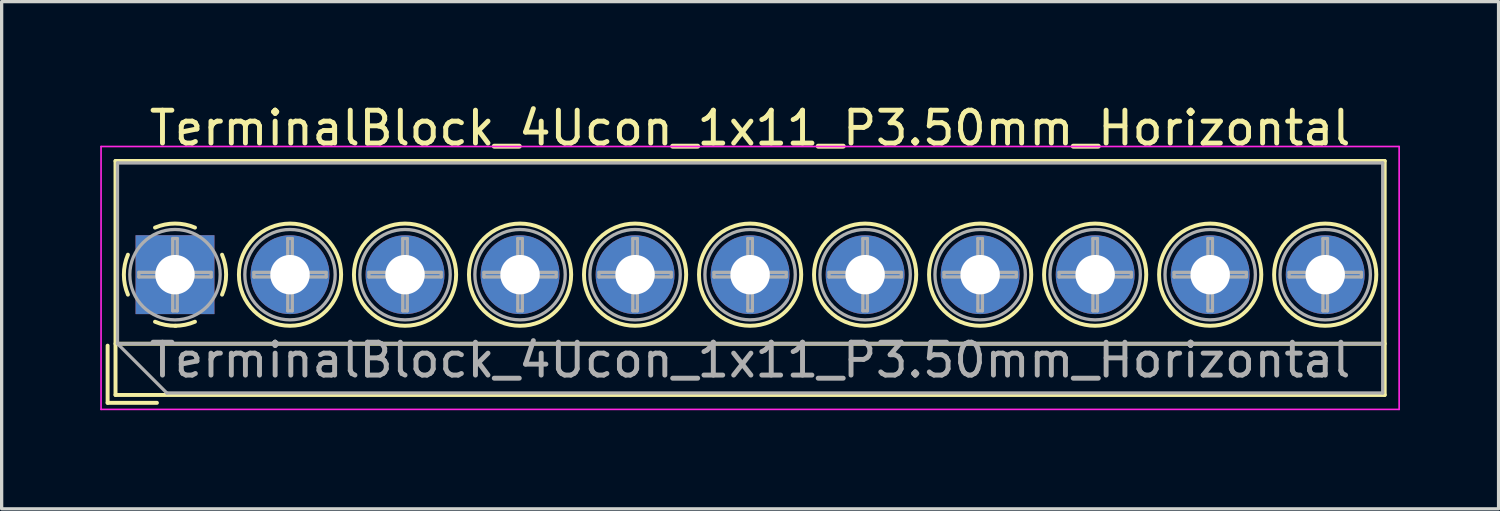
<source format=kicad_pcb>
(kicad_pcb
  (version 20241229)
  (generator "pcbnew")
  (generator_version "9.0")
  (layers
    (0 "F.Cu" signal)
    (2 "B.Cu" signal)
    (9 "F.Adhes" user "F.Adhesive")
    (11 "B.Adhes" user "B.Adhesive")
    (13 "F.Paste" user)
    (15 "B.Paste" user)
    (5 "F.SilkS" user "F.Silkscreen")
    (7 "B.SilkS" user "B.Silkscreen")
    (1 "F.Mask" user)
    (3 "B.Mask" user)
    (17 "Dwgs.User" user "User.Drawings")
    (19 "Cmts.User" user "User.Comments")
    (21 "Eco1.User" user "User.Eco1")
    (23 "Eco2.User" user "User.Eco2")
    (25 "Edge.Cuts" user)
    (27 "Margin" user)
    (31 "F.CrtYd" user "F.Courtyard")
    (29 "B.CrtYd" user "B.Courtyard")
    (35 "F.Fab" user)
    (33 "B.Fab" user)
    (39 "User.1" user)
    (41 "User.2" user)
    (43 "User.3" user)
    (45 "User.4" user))
  (footprint "TerminalBlock_4Ucon_1x11_P3.50mm_Horizontal"
    (layer "F.Cu")
    (at 2.275 5.308)
    (property "Reference" "TerminalBlock_4Ucon_1x11_P3.50mm_Horizontal" (at 17.5 -4.46 0) (layer "F.SilkS") (effects (font (size 1 1) (thickness 0.15))))
    (attr through_hole)
    (fp_line (start -2.05 2.16) (end -2.05 3.9) (stroke (width 0.12) (type solid)) (layer "F.SilkS"))
    (fp_line (start -2.05 3.9) (end -0.55 3.9) (stroke (width 0.12) (type solid)) (layer "F.SilkS"))
    (fp_line (start -1.81 -3.46) (end -1.81 3.66) (stroke (width 0.12) (type solid)) (layer "F.SilkS"))
    (fp_line (start -1.81 2.1) (end 36.81 2.1) (stroke (width 0.12) (type solid)) (layer "F.SilkS"))
    (fp_line (start -1.81 3.66) (end 36.81 3.66) (stroke (width 0.12) (type solid)) (layer "F.SilkS"))
    (fp_line (start 36.81 -3.46) (end -1.81 -3.46) (stroke (width 0.12) (type solid)) (layer "F.SilkS"))
    (fp_line (start 36.81 3.66) (end 36.81 -3.46) (stroke (width 0.12) (type solid)) (layer "F.SilkS"))
    (fp_arc (start -1.432109 0.607742) (mid -1.555727 -0.00014) (end -1.432 -0.608) (stroke (width 0.12) (type solid)) (layer "F.SilkS"))
    (fp_arc (start -0.607742 -1.432109) (mid 0.00014 -1.555727) (end 0.608 -1.432) (stroke (width 0.12) (type solid)) (layer "F.SilkS"))
    (fp_arc (start 0.027011 1.555493) (mid -0.296984 1.527118) (end -0.608 1.432) (stroke (width 0.12) (type solid)) (layer "F.SilkS"))
    (fp_arc (start 0.607587 1.431385) (mid 0.310017 1.523783) (end 0 1.555) (stroke (width 0.12) (type solid)) (layer "F.SilkS"))
    (fp_arc (start 1.432109 -0.607742) (mid 1.555727 0.00014) (end 1.432 0.608) (stroke (width 0.12) (type solid)) (layer "F.SilkS"))
    (fp_circle (center 3.5 0) (end 5.055 0) (stroke (width 0.12) (type solid)) (fill no) (layer "F.SilkS"))
    (fp_circle (center 7 0) (end 8.555 0) (stroke (width 0.12) (type solid)) (fill no) (layer "F.SilkS"))
    (fp_circle (center 10.5 0) (end 12.055 0) (stroke (width 0.12) (type solid)) (fill no) (layer "F.SilkS"))
    (fp_circle (center 14 0) (end 15.555 0) (stroke (width 0.12) (type solid)) (fill no) (layer "F.SilkS"))
    (fp_circle (center 17.5 0) (end 19.055 0) (stroke (width 0.12) (type solid)) (fill no) (layer "F.SilkS"))
    (fp_circle (center 21 0) (end 22.555 0) (stroke (width 0.12) (type solid)) (fill no) (layer "F.SilkS"))
    (fp_circle (center 24.5 0) (end 26.055 0) (stroke (width 0.12) (type solid)) (fill no) (layer "F.SilkS"))
    (fp_circle (center 28 0) (end 29.555 0) (stroke (width 0.12) (type solid)) (fill no) (layer "F.SilkS"))
    (fp_circle (center 31.5 0) (end 33.055 0) (stroke (width 0.12) (type solid)) (fill no) (layer "F.SilkS"))
    (fp_circle (center 35 0) (end 36.555 0) (stroke (width 0.12) (type solid)) (fill no) (layer "F.SilkS"))
    (fp_line (start -2.25 -3.9) (end -2.25 4.1) (stroke (width 0.05) (type solid)) (layer "F.CrtYd"))
    (fp_line (start -2.25 4.1) (end 37.25 4.1) (stroke (width 0.05) (type solid)) (layer "F.CrtYd"))
    (fp_line (start 37.25 -3.9) (end -2.25 -3.9) (stroke (width 0.05) (type solid)) (layer "F.CrtYd"))
    (fp_line (start 37.25 4.1) (end 37.25 -3.9) (stroke (width 0.05) (type solid)) (layer "F.CrtYd"))
    (fp_line (start -1.75 -3.4) (end 36.75 -3.4) (stroke (width 0.1) (type solid)) (layer "F.Fab"))
    (fp_line (start -1.75 2.1) (end -1.75 -3.4) (stroke (width 0.1) (type solid)) (layer "F.Fab"))
    (fp_line (start -1.75 2.1) (end 36.75 2.1) (stroke (width 0.1) (type solid)) (layer "F.Fab"))
    (fp_line (start -1.1 -0.069) (end -0.069 -0.069) (stroke (width 0.1) (type solid)) (layer "F.Fab"))
    (fp_line (start -1.1 0.069) (end -1.1 -0.069) (stroke (width 0.1) (type solid)) (layer "F.Fab"))
    (fp_line (start -0.25 3.6) (end -1.75 2.1) (stroke (width 0.1) (type solid)) (layer "F.Fab"))
    (fp_line (start -0.069 -1.1) (end 0.069 -1.1) (stroke (width 0.1) (type solid)) (layer "F.Fab"))
    (fp_line (start -0.069 -0.069) (end -0.069 -1.1) (stroke (width 0.1) (type solid)) (layer "F.Fab"))
    (fp_line (start -0.069 0.069) (end -1.1 0.069) (stroke (width 0.1) (type solid)) (layer "F.Fab"))
    (fp_line (start -0.069 1.1) (end -0.069 0.069) (stroke (width 0.1) (type solid)) (layer "F.Fab"))
    (fp_line (start 0.069 -1.1) (end 0.069 -0.069) (stroke (width 0.1) (type solid)) (layer "F.Fab"))
    (fp_line (start 0.069 -0.069) (end 1.1 -0.069) (stroke (width 0.1) (type solid)) (layer "F.Fab"))
    (fp_line (start 0.069 0.069) (end 0.069 1.1) (stroke (width 0.1) (type solid)) (layer "F.Fab"))
    (fp_line (start 0.069 1.1) (end -0.069 1.1) (stroke (width 0.1) (type solid)) (layer "F.Fab"))
    (fp_line (start 1.1 -0.069) (end 1.1 0.069) (stroke (width 0.1) (type solid)) (layer "F.Fab"))
    (fp_line (start 1.1 0.069) (end 0.069 0.069) (stroke (width 0.1) (type solid)) (layer "F.Fab"))
    (fp_line (start 2.4 -0.069) (end 3.431 -0.069) (stroke (width 0.1) (type solid)) (layer "F.Fab"))
    (fp_line (start 2.4 0.069) (end 2.4 -0.069) (stroke (width 0.1) (type solid)) (layer "F.Fab"))
    (fp_line (start 3.431 -1.1) (end 3.569 -1.1) (stroke (width 0.1) (type solid)) (layer "F.Fab"))
    (fp_line (start 3.431 -0.069) (end 3.431 -1.1) (stroke (width 0.1) (type solid)) (layer "F.Fab"))
    (fp_line (start 3.431 0.069) (end 2.4 0.069) (stroke (width 0.1) (type solid)) (layer "F.Fab"))
    (fp_line (start 3.431 1.1) (end 3.431 0.069) (stroke (width 0.1) (type solid)) (layer "F.Fab"))
    (fp_line (start 3.569 -1.1) (end 3.569 -0.069) (stroke (width 0.1) (type solid)) (layer "F.Fab"))
    (fp_line (start 3.569 -0.069) (end 4.6 -0.069) (stroke (width 0.1) (type solid)) (layer "F.Fab"))
    (fp_line (start 3.569 0.069) (end 3.569 1.1) (stroke (width 0.1) (type solid)) (layer "F.Fab"))
    (fp_line (start 3.569 1.1) (end 3.431 1.1) (stroke (width 0.1) (type solid)) (layer "F.Fab"))
    (fp_line (start 4.6 -0.069) (end 4.6 0.069) (stroke (width 0.1) (type solid)) (layer "F.Fab"))
    (fp_line (start 4.6 0.069) (end 3.569 0.069) (stroke (width 0.1) (type solid)) (layer "F.Fab"))
    (fp_line (start 5.9 -0.069) (end 6.931 -0.069) (stroke (width 0.1) (type solid)) (layer "F.Fab"))
    (fp_line (start 5.9 0.069) (end 5.9 -0.069) (stroke (width 0.1) (type solid)) (layer "F.Fab"))
    (fp_line (start 6.931 -1.1) (end 7.069 -1.1) (stroke (width 0.1) (type solid)) (layer "F.Fab"))
    (fp_line (start 6.931 -0.069) (end 6.931 -1.1) (stroke (width 0.1) (type solid)) (layer "F.Fab"))
    (fp_line (start 6.931 0.069) (end 5.9 0.069) (stroke (width 0.1) (type solid)) (layer "F.Fab"))
    (fp_line (start 6.931 1.1) (end 6.931 0.069) (stroke (width 0.1) (type solid)) (layer "F.Fab"))
    (fp_line (start 7.069 -1.1) (end 7.069 -0.069) (stroke (width 0.1) (type solid)) (layer "F.Fab"))
    (fp_line (start 7.069 -0.069) (end 8.1 -0.069) (stroke (width 0.1) (type solid)) (layer "F.Fab"))
    (fp_line (start 7.069 0.069) (end 7.069 1.1) (stroke (width 0.1) (type solid)) (layer "F.Fab"))
    (fp_line (start 7.069 1.1) (end 6.931 1.1) (stroke (width 0.1) (type solid)) (layer "F.Fab"))
    (fp_line (start 8.1 -0.069) (end 8.1 0.069) (stroke (width 0.1) (type solid)) (layer "F.Fab"))
    (fp_line (start 8.1 0.069) (end 7.069 0.069) (stroke (width 0.1) (type solid)) (layer "F.Fab"))
    (fp_line (start 9.4 -0.069) (end 10.431 -0.069) (stroke (width 0.1) (type solid)) (layer "F.Fab"))
    (fp_line (start 9.4 0.069) (end 9.4 -0.069) (stroke (width 0.1) (type solid)) (layer "F.Fab"))
    (fp_line (start 10.431 -1.1) (end 10.569 -1.1) (stroke (width 0.1) (type solid)) (layer "F.Fab"))
    (fp_line (start 10.431 -0.069) (end 10.431 -1.1) (stroke (width 0.1) (type solid)) (layer "F.Fab"))
    (fp_line (start 10.431 0.069) (end 9.4 0.069) (stroke (width 0.1) (type solid)) (layer "F.Fab"))
    (fp_line (start 10.431 1.1) (end 10.431 0.069) (stroke (width 0.1) (type solid)) (layer "F.Fab"))
    (fp_line (start 10.569 -1.1) (end 10.569 -0.069) (stroke (width 0.1) (type solid)) (layer "F.Fab"))
    (fp_line (start 10.569 -0.069) (end 11.6 -0.069) (stroke (width 0.1) (type solid)) (layer "F.Fab"))
    (fp_line (start 10.569 0.069) (end 10.569 1.1) (stroke (width 0.1) (type solid)) (layer "F.Fab"))
    (fp_line (start 10.569 1.1) (end 10.431 1.1) (stroke (width 0.1) (type solid)) (layer "F.Fab"))
    (fp_line (start 11.6 -0.069) (end 11.6 0.069) (stroke (width 0.1) (type solid)) (layer "F.Fab"))
    (fp_line (start 11.6 0.069) (end 10.569 0.069) (stroke (width 0.1) (type solid)) (layer "F.Fab"))
    (fp_line (start 12.9 -0.069) (end 13.931 -0.069) (stroke (width 0.1) (type solid)) (layer "F.Fab"))
    (fp_line (start 12.9 0.069) (end 12.9 -0.069) (stroke (width 0.1) (type solid)) (layer "F.Fab"))
    (fp_line (start 13.931 -1.1) (end 14.069 -1.1) (stroke (width 0.1) (type solid)) (layer "F.Fab"))
    (fp_line (start 13.931 -0.069) (end 13.931 -1.1) (stroke (width 0.1) (type solid)) (layer "F.Fab"))
    (fp_line (start 13.931 0.069) (end 12.9 0.069) (stroke (width 0.1) (type solid)) (layer "F.Fab"))
    (fp_line (start 13.931 1.1) (end 13.931 0.069) (stroke (width 0.1) (type solid)) (layer "F.Fab"))
    (fp_line (start 14.069 -1.1) (end 14.069 -0.069) (stroke (width 0.1) (type solid)) (layer "F.Fab"))
    (fp_line (start 14.069 -0.069) (end 15.1 -0.069) (stroke (width 0.1) (type solid)) (layer "F.Fab"))
    (fp_line (start 14.069 0.069) (end 14.069 1.1) (stroke (width 0.1) (type solid)) (layer "F.Fab"))
    (fp_line (start 14.069 1.1) (end 13.931 1.1) (stroke (width 0.1) (type solid)) (layer "F.Fab"))
    (fp_line (start 15.1 -0.069) (end 15.1 0.069) (stroke (width 0.1) (type solid)) (layer "F.Fab"))
    (fp_line (start 15.1 0.069) (end 14.069 0.069) (stroke (width 0.1) (type solid)) (layer "F.Fab"))
    (fp_line (start 16.4 -0.069) (end 17.431 -0.069) (stroke (width 0.1) (type solid)) (layer "F.Fab"))
    (fp_line (start 16.4 0.069) (end 16.4 -0.069) (stroke (width 0.1) (type solid)) (layer "F.Fab"))
    (fp_line (start 17.431 -1.1) (end 17.569 -1.1) (stroke (width 0.1) (type solid)) (layer "F.Fab"))
    (fp_line (start 17.431 -0.069) (end 17.431 -1.1) (stroke (width 0.1) (type solid)) (layer "F.Fab"))
    (fp_line (start 17.431 0.069) (end 16.4 0.069) (stroke (width 0.1) (type solid)) (layer "F.Fab"))
    (fp_line (start 17.431 1.1) (end 17.431 0.069) (stroke (width 0.1) (type solid)) (layer "F.Fab"))
    (fp_line (start 17.569 -1.1) (end 17.569 -0.069) (stroke (width 0.1) (type solid)) (layer "F.Fab"))
    (fp_line (start 17.569 -0.069) (end 18.6 -0.069) (stroke (width 0.1) (type solid)) (layer "F.Fab"))
    (fp_line (start 17.569 0.069) (end 17.569 1.1) (stroke (width 0.1) (type solid)) (layer "F.Fab"))
    (fp_line (start 17.569 1.1) (end 17.431 1.1) (stroke (width 0.1) (type solid)) (layer "F.Fab"))
    (fp_line (start 18.6 -0.069) (end 18.6 0.069) (stroke (width 0.1) (type solid)) (layer "F.Fab"))
    (fp_line (start 18.6 0.069) (end 17.569 0.069) (stroke (width 0.1) (type solid)) (layer "F.Fab"))
    (fp_line (start 19.9 -0.069) (end 20.931 -0.069) (stroke (width 0.1) (type solid)) (layer "F.Fab"))
    (fp_line (start 19.9 0.069) (end 19.9 -0.069) (stroke (width 0.1) (type solid)) (layer "F.Fab"))
    (fp_line (start 20.931 -1.1) (end 21.069 -1.1) (stroke (width 0.1) (type solid)) (layer "F.Fab"))
    (fp_line (start 20.931 -0.069) (end 20.931 -1.1) (stroke (width 0.1) (type solid)) (layer "F.Fab"))
    (fp_line (start 20.931 0.069) (end 19.9 0.069) (stroke (width 0.1) (type solid)) (layer "F.Fab"))
    (fp_line (start 20.931 1.1) (end 20.931 0.069) (stroke (width 0.1) (type solid)) (layer "F.Fab"))
    (fp_line (start 21.069 -1.1) (end 21.069 -0.069) (stroke (width 0.1) (type solid)) (layer "F.Fab"))
    (fp_line (start 21.069 -0.069) (end 22.1 -0.069) (stroke (width 0.1) (type solid)) (layer "F.Fab"))
    (fp_line (start 21.069 0.069) (end 21.069 1.1) (stroke (width 0.1) (type solid)) (layer "F.Fab"))
    (fp_line (start 21.069 1.1) (end 20.931 1.1) (stroke (width 0.1) (type solid)) (layer "F.Fab"))
    (fp_line (start 22.1 -0.069) (end 22.1 0.069) (stroke (width 0.1) (type solid)) (layer "F.Fab"))
    (fp_line (start 22.1 0.069) (end 21.069 0.069) (stroke (width 0.1) (type solid)) (layer "F.Fab"))
    (fp_line (start 23.4 -0.069) (end 24.431 -0.069) (stroke (width 0.1) (type solid)) (layer "F.Fab"))
    (fp_line (start 23.4 0.069) (end 23.4 -0.069) (stroke (width 0.1) (type solid)) (layer "F.Fab"))
    (fp_line (start 24.431 -1.1) (end 24.569 -1.1) (stroke (width 0.1) (type solid)) (layer "F.Fab"))
    (fp_line (start 24.431 -0.069) (end 24.431 -1.1) (stroke (width 0.1) (type solid)) (layer "F.Fab"))
    (fp_line (start 24.431 0.069) (end 23.4 0.069) (stroke (width 0.1) (type solid)) (layer "F.Fab"))
    (fp_line (start 24.431 1.1) (end 24.431 0.069) (stroke (width 0.1) (type solid)) (layer "F.Fab"))
    (fp_line (start 24.569 -1.1) (end 24.569 -0.069) (stroke (width 0.1) (type solid)) (layer "F.Fab"))
    (fp_line (start 24.569 -0.069) (end 25.6 -0.069) (stroke (width 0.1) (type solid)) (layer "F.Fab"))
    (fp_line (start 24.569 0.069) (end 24.569 1.1) (stroke (width 0.1) (type solid)) (layer "F.Fab"))
    (fp_line (start 24.569 1.1) (end 24.431 1.1) (stroke (width 0.1) (type solid)) (layer "F.Fab"))
    (fp_line (start 25.6 -0.069) (end 25.6 0.069) (stroke (width 0.1) (type solid)) (layer "F.Fab"))
    (fp_line (start 25.6 0.069) (end 24.569 0.069) (stroke (width 0.1) (type solid)) (layer "F.Fab"))
    (fp_line (start 26.9 -0.069) (end 27.931 -0.069) (stroke (width 0.1) (type solid)) (layer "F.Fab"))
    (fp_line (start 26.9 0.069) (end 26.9 -0.069) (stroke (width 0.1) (type solid)) (layer "F.Fab"))
    (fp_line (start 27.931 -1.1) (end 28.069 -1.1) (stroke (width 0.1) (type solid)) (layer "F.Fab"))
    (fp_line (start 27.931 -0.069) (end 27.931 -1.1) (stroke (width 0.1) (type solid)) (layer "F.Fab"))
    (fp_line (start 27.931 0.069) (end 26.9 0.069) (stroke (width 0.1) (type solid)) (layer "F.Fab"))
    (fp_line (start 27.931 1.1) (end 27.931 0.069) (stroke (width 0.1) (type solid)) (layer "F.Fab"))
    (fp_line (start 28.069 -1.1) (end 28.069 -0.069) (stroke (width 0.1) (type solid)) (layer "F.Fab"))
    (fp_line (start 28.069 -0.069) (end 29.1 -0.069) (stroke (width 0.1) (type solid)) (layer "F.Fab"))
    (fp_line (start 28.069 0.069) (end 28.069 1.1) (stroke (width 0.1) (type solid)) (layer "F.Fab"))
    (fp_line (start 28.069 1.1) (end 27.931 1.1) (stroke (width 0.1) (type solid)) (layer "F.Fab"))
    (fp_line (start 29.1 -0.069) (end 29.1 0.069) (stroke (width 0.1) (type solid)) (layer "F.Fab"))
    (fp_line (start 29.1 0.069) (end 28.069 0.069) (stroke (width 0.1) (type solid)) (layer "F.Fab"))
    (fp_line (start 30.4 -0.069) (end 31.431 -0.069) (stroke (width 0.1) (type solid)) (layer "F.Fab"))
    (fp_line (start 30.4 0.069) (end 30.4 -0.069) (stroke (width 0.1) (type solid)) (layer "F.Fab"))
    (fp_line (start 31.431 -1.1) (end 31.569 -1.1) (stroke (width 0.1) (type solid)) (layer "F.Fab"))
    (fp_line (start 31.431 -0.069) (end 31.431 -1.1) (stroke (width 0.1) (type solid)) (layer "F.Fab"))
    (fp_line (start 31.431 0.069) (end 30.4 0.069) (stroke (width 0.1) (type solid)) (layer "F.Fab"))
    (fp_line (start 31.431 1.1) (end 31.431 0.069) (stroke (width 0.1) (type solid)) (layer "F.Fab"))
    (fp_line (start 31.569 -1.1) (end 31.569 -0.069) (stroke (width 0.1) (type solid)) (layer "F.Fab"))
    (fp_line (start 31.569 -0.069) (end 32.6 -0.069) (stroke (width 0.1) (type solid)) (layer "F.Fab"))
    (fp_line (start 31.569 0.069) (end 31.569 1.1) (stroke (width 0.1) (type solid)) (layer "F.Fab"))
    (fp_line (start 31.569 1.1) (end 31.431 1.1) (stroke (width 0.1) (type solid)) (layer "F.Fab"))
    (fp_line (start 32.6 -0.069) (end 32.6 0.069) (stroke (width 0.1) (type solid)) (layer "F.Fab"))
    (fp_line (start 32.6 0.069) (end 31.569 0.069) (stroke (width 0.1) (type solid)) (layer "F.Fab"))
    (fp_line (start 33.9 -0.069) (end 34.931 -0.069) (stroke (width 0.1) (type solid)) (layer "F.Fab"))
    (fp_line (start 33.9 0.069) (end 33.9 -0.069) (stroke (width 0.1) (type solid)) (layer "F.Fab"))
    (fp_line (start 34.931 -1.1) (end 35.069 -1.1) (stroke (width 0.1) (type solid)) (layer "F.Fab"))
    (fp_line (start 34.931 -0.069) (end 34.931 -1.1) (stroke (width 0.1) (type solid)) (layer "F.Fab"))
    (fp_line (start 34.931 0.069) (end 33.9 0.069) (stroke (width 0.1) (type solid)) (layer "F.Fab"))
    (fp_line (start 34.931 1.1) (end 34.931 0.069) (stroke (width 0.1) (type solid)) (layer "F.Fab"))
    (fp_line (start 35.069 -1.1) (end 35.069 -0.069) (stroke (width 0.1) (type solid)) (layer "F.Fab"))
    (fp_line (start 35.069 -0.069) (end 36.1 -0.069) (stroke (width 0.1) (type solid)) (layer "F.Fab"))
    (fp_line (start 35.069 0.069) (end 35.069 1.1) (stroke (width 0.1) (type solid)) (layer "F.Fab"))
    (fp_line (start 35.069 1.1) (end 34.931 1.1) (stroke (width 0.1) (type solid)) (layer "F.Fab"))
    (fp_line (start 36.1 -0.069) (end 36.1 0.069) (stroke (width 0.1) (type solid)) (layer "F.Fab"))
    (fp_line (start 36.1 0.069) (end 35.069 0.069) (stroke (width 0.1) (type solid)) (layer "F.Fab"))
    (fp_line (start 36.75 -3.4) (end 36.75 3.6) (stroke (width 0.1) (type solid)) (layer "F.Fab"))
    (fp_line (start 36.75 3.6) (end -0.25 3.6) (stroke (width 0.1) (type solid)) (layer "F.Fab"))
    (fp_circle (center 0 0) (end 1.375 0) (stroke (width 0.1) (type solid)) (fill no) (layer "F.Fab"))
    (fp_circle (center 3.5 0) (end 4.875 0) (stroke (width 0.1) (type solid)) (fill no) (layer "F.Fab"))
    (fp_circle (center 7 0) (end 8.375 0) (stroke (width 0.1) (type solid)) (fill no) (layer "F.Fab"))
    (fp_circle (center 10.5 0) (end 11.875 0) (stroke (width 0.1) (type solid)) (fill no) (layer "F.Fab"))
    (fp_circle (center 14 0) (end 15.375 0) (stroke (width 0.1) (type solid)) (fill no) (layer "F.Fab"))
    (fp_circle (center 17.5 0) (end 18.875 0) (stroke (width 0.1) (type solid)) (fill no) (layer "F.Fab"))
    (fp_circle (center 21 0) (end 22.375 0) (stroke (width 0.1) (type solid)) (fill no) (layer "F.Fab"))
    (fp_circle (center 24.5 0) (end 25.875 0) (stroke (width 0.1) (type solid)) (fill no) (layer "F.Fab"))
    (fp_circle (center 28 0) (end 29.375 0) (stroke (width 0.1) (type solid)) (fill no) (layer "F.Fab"))
    (fp_circle (center 31.5 0) (end 32.875 0) (stroke (width 0.1) (type solid)) (fill no) (layer "F.Fab"))
    (fp_circle (center 35 0) (end 36.375 0) (stroke (width 0.1) (type solid)) (fill no) (layer "F.Fab"))
    (fp_text user "${REFERENCE}" (at 17.5 2.6 0) (layer "F.Fab") (effects (font (size 1 1) (thickness 0.15))))
    (pad "1" thru_hole rect (at 0 0) (size 2.4 2.4) (drill 1.2) (layers "*.Cu" "*.Mask"))
    (pad "2" thru_hole circle (at 3.5 0) (size 2.4 2.4) (drill 1.2) (layers "*.Cu" "*.Mask"))
    (pad "3" thru_hole circle (at 7 0) (size 2.4 2.4) (drill 1.2) (layers "*.Cu" "*.Mask"))
    (pad "4" thru_hole circle (at 10.5 0) (size 2.4 2.4) (drill 1.2) (layers "*.Cu" "*.Mask"))
    (pad "5" thru_hole circle (at 14 0) (size 2.4 2.4) (drill 1.2) (layers "*.Cu" "*.Mask"))
    (pad "6" thru_hole circle (at 17.5 0) (size 2.4 2.4) (drill 1.2) (layers "*.Cu" "*.Mask"))
    (pad "7" thru_hole circle (at 21 0) (size 2.4 2.4) (drill 1.2) (layers "*.Cu" "*.Mask"))
    (pad "8" thru_hole circle (at 24.5 0) (size 2.4 2.4) (drill 1.2) (layers "*.Cu" "*.Mask"))
    (pad "9" thru_hole circle (at 28 0) (size 2.4 2.4) (drill 1.2) (layers "*.Cu" "*.Mask"))
    (pad "10" thru_hole circle (at 31.5 0) (size 2.4 2.4) (drill 1.2) (layers "*.Cu" "*.Mask"))
    (pad "11" thru_hole circle (at 35 0) (size 2.4 2.4) (drill 1.2) (layers "*.Cu" "*.Mask")))
  (gr_rect
    (start -3 -3)
    (end 42.55 12.433)
    (stroke (width 0.1) (type default))
    (fill no)
    (layer "Edge.Cuts")))
</source>
